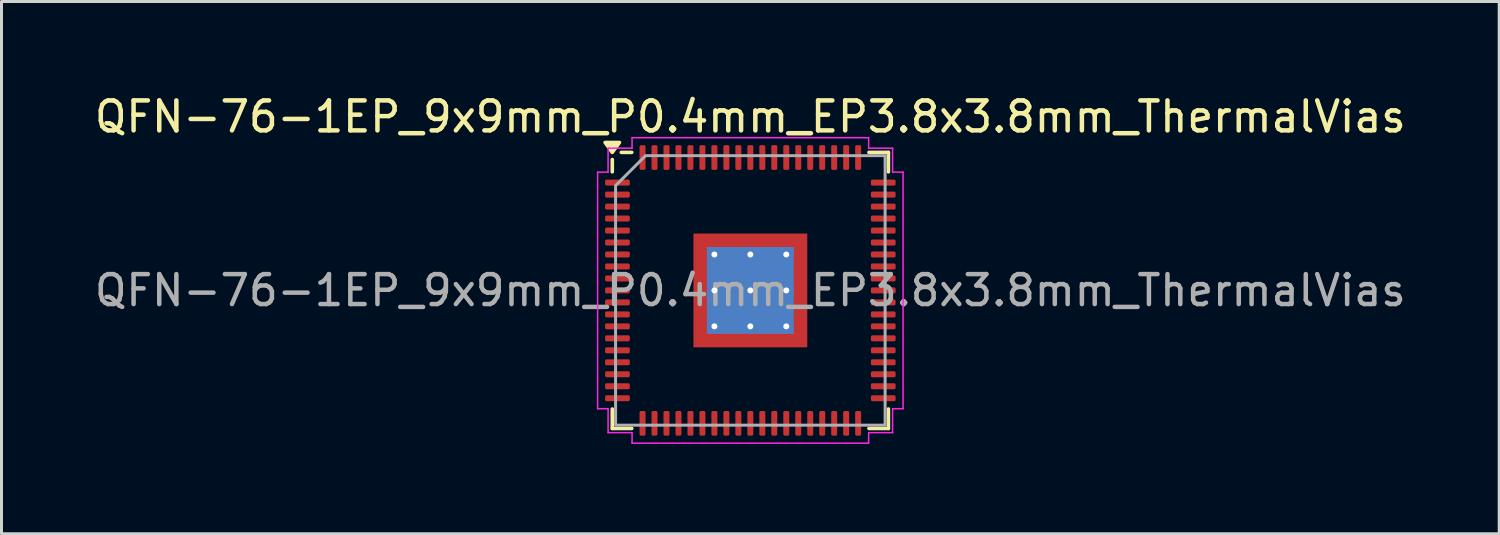
<source format=kicad_pcb>
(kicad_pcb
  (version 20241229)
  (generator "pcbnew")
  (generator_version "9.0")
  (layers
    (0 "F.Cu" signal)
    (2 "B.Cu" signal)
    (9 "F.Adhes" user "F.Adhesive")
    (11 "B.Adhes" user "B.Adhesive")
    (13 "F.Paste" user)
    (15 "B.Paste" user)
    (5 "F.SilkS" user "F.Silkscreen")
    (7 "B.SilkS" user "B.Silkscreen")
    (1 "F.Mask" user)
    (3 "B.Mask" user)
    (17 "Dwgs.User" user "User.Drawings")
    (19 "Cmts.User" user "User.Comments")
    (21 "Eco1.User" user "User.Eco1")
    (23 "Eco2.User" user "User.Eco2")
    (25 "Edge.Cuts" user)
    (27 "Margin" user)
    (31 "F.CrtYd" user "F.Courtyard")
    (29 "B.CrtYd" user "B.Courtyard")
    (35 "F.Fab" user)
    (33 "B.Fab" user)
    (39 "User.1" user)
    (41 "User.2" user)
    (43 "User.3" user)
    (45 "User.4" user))
  (footprint "QFN-76-1EP_9x9mm_P0.4mm_EP3.8x3.8mm_ThermalVias"
    (layer "F.Cu")
    (at 22.006 6.648)
    (property "Reference" "QFN-76-1EP_9x9mm_P0.4mm_EP3.8x3.8mm_ThermalVias" (at 0 -5.8 0) (layer "F.SilkS") (effects (font (size 1 1) (thickness 0.15))))
    (attr smd)
    (fp_line (start -4.61 -3.96) (end -4.61 -4.37) (stroke (width 0.12) (type solid)) (layer "F.SilkS"))
    (fp_line (start -4.61 4.61) (end -4.61 3.96) (stroke (width 0.12) (type solid)) (layer "F.SilkS"))
    (fp_line (start -3.96 -4.61) (end -4.31 -4.61) (stroke (width 0.12) (type solid)) (layer "F.SilkS"))
    (fp_line (start -3.96 4.61) (end -4.61 4.61) (stroke (width 0.12) (type solid)) (layer "F.SilkS"))
    (fp_line (start 3.96 -4.61) (end 4.61 -4.61) (stroke (width 0.12) (type solid)) (layer "F.SilkS"))
    (fp_line (start 3.96 4.61) (end 4.61 4.61) (stroke (width 0.12) (type solid)) (layer "F.SilkS"))
    (fp_line (start 4.61 -4.61) (end 4.61 -3.96) (stroke (width 0.12) (type solid)) (layer "F.SilkS"))
    (fp_line (start 4.61 4.61) (end 4.61 3.96) (stroke (width 0.12) (type solid)) (layer "F.SilkS"))
    (fp_poly (pts (xy -4.61 -4.61) (xy -4.85 -4.94) (xy -4.37 -4.94)) (stroke (width 0.12) (type solid)) (fill yes) (layer "F.SilkS"))
    (fp_line (start -5.1 -3.95) (end -4.75 -3.95) (stroke (width 0.05) (type solid)) (layer "F.CrtYd"))
    (fp_line (start -5.1 3.95) (end -5.1 -3.95) (stroke (width 0.05) (type solid)) (layer "F.CrtYd"))
    (fp_line (start -4.75 -4.75) (end -3.95 -4.75) (stroke (width 0.05) (type solid)) (layer "F.CrtYd"))
    (fp_line (start -4.75 -3.95) (end -4.75 -4.75) (stroke (width 0.05) (type solid)) (layer "F.CrtYd"))
    (fp_line (start -4.75 3.95) (end -5.1 3.95) (stroke (width 0.05) (type solid)) (layer "F.CrtYd"))
    (fp_line (start -4.75 4.75) (end -4.75 3.95) (stroke (width 0.05) (type solid)) (layer "F.CrtYd"))
    (fp_line (start -3.95 -5.1) (end 3.95 -5.1) (stroke (width 0.05) (type solid)) (layer "F.CrtYd"))
    (fp_line (start -3.95 -4.75) (end -3.95 -5.1) (stroke (width 0.05) (type solid)) (layer "F.CrtYd"))
    (fp_line (start -3.95 4.75) (end -4.75 4.75) (stroke (width 0.05) (type solid)) (layer "F.CrtYd"))
    (fp_line (start -3.95 5.1) (end -3.95 4.75) (stroke (width 0.05) (type solid)) (layer "F.CrtYd"))
    (fp_line (start 3.95 -5.1) (end 3.95 -4.75) (stroke (width 0.05) (type solid)) (layer "F.CrtYd"))
    (fp_line (start 3.95 -4.75) (end 4.75 -4.75) (stroke (width 0.05) (type solid)) (layer "F.CrtYd"))
    (fp_line (start 3.95 4.75) (end 3.95 5.1) (stroke (width 0.05) (type solid)) (layer "F.CrtYd"))
    (fp_line (start 3.95 5.1) (end -3.95 5.1) (stroke (width 0.05) (type solid)) (layer "F.CrtYd"))
    (fp_line (start 4.75 -4.75) (end 4.75 -3.95) (stroke (width 0.05) (type solid)) (layer "F.CrtYd"))
    (fp_line (start 4.75 -3.95) (end 5.1 -3.95) (stroke (width 0.05) (type solid)) (layer "F.CrtYd"))
    (fp_line (start 4.75 3.95) (end 4.75 4.75) (stroke (width 0.05) (type solid)) (layer "F.CrtYd"))
    (fp_line (start 4.75 4.75) (end 3.95 4.75) (stroke (width 0.05) (type solid)) (layer "F.CrtYd"))
    (fp_line (start 5.1 -3.95) (end 5.1 3.95) (stroke (width 0.05) (type solid)) (layer "F.CrtYd"))
    (fp_line (start 5.1 3.95) (end 4.75 3.95) (stroke (width 0.05) (type solid)) (layer "F.CrtYd"))
    (fp_poly (pts (xy -4.5 -3.5) (xy -4.5 4.5) (xy 4.5 4.5) (xy 4.5 -4.5) (xy -3.5 -4.5)) (stroke (width 0.1) (type solid)) (fill no) (layer "F.Fab"))
    (fp_text user "${REFERENCE}" (at 0 0 0) (layer "F.Fab") (effects (font (size 1 1) (thickness 0.15))))
    (pad "" smd roundrect (at -1.27 -1.27) (size 1.02 1.02) (layers "F.Paste") (roundrect_rratio 0.245))
    (pad "" smd roundrect (at -1.27 0) (size 1.02 1.02) (layers "F.Paste") (roundrect_rratio 0.245))
    (pad "" smd roundrect (at -1.27 1.27) (size 1.02 1.02) (layers "F.Paste") (roundrect_rratio 0.245))
    (pad "" smd roundrect (at 0 -1.27) (size 1.02 1.02) (layers "F.Paste") (roundrect_rratio 0.245))
    (pad "" smd roundrect (at 0 0) (size 1.02 1.02) (layers "F.Paste") (roundrect_rratio 0.245))
    (pad "" smd roundrect (at 0 1.27) (size 1.02 1.02) (layers "F.Paste") (roundrect_rratio 0.245))
    (pad "" smd roundrect (at 1.27 -1.27) (size 1.02 1.02) (layers "F.Paste") (roundrect_rratio 0.245))
    (pad "" smd roundrect (at 1.27 0) (size 1.02 1.02) (layers "F.Paste") (roundrect_rratio 0.245))
    (pad "" smd roundrect (at 1.27 1.27) (size 1.02 1.02) (layers "F.Paste") (roundrect_rratio 0.245))
    (pad "1" smd roundrect (at -4.438 -3.6) (size 0.825 0.2) (layers "F.Cu" "F.Mask" "F.Paste") (roundrect_rratio 0.25))
    (pad "2" smd roundrect (at -4.438 -3.2) (size 0.825 0.2) (layers "F.Cu" "F.Mask" "F.Paste") (roundrect_rratio 0.25))
    (pad "3" smd roundrect (at -4.438 -2.8) (size 0.825 0.2) (layers "F.Cu" "F.Mask" "F.Paste") (roundrect_rratio 0.25))
    (pad "4" smd roundrect (at -4.438 -2.4) (size 0.825 0.2) (layers "F.Cu" "F.Mask" "F.Paste") (roundrect_rratio 0.25))
    (pad "5" smd roundrect (at -4.438 -2) (size 0.825 0.2) (layers "F.Cu" "F.Mask" "F.Paste") (roundrect_rratio 0.25))
    (pad "6" smd roundrect (at -4.438 -1.6) (size 0.825 0.2) (layers "F.Cu" "F.Mask" "F.Paste") (roundrect_rratio 0.25))
    (pad "7" smd roundrect (at -4.438 -1.2) (size 0.825 0.2) (layers "F.Cu" "F.Mask" "F.Paste") (roundrect_rratio 0.25))
    (pad "8" smd roundrect (at -4.438 -0.8) (size 0.825 0.2) (layers "F.Cu" "F.Mask" "F.Paste") (roundrect_rratio 0.25))
    (pad "9" smd roundrect (at -4.438 -0.4) (size 0.825 0.2) (layers "F.Cu" "F.Mask" "F.Paste") (roundrect_rratio 0.25))
    (pad "10" smd roundrect (at -4.438 0) (size 0.825 0.2) (layers "F.Cu" "F.Mask" "F.Paste") (roundrect_rratio 0.25))
    (pad "11" smd roundrect (at -4.438 0.4) (size 0.825 0.2) (layers "F.Cu" "F.Mask" "F.Paste") (roundrect_rratio 0.25))
    (pad "12" smd roundrect (at -4.438 0.8) (size 0.825 0.2) (layers "F.Cu" "F.Mask" "F.Paste") (roundrect_rratio 0.25))
    (pad "13" smd roundrect (at -4.438 1.2) (size 0.825 0.2) (layers "F.Cu" "F.Mask" "F.Paste") (roundrect_rratio 0.25))
    (pad "14" smd roundrect (at -4.438 1.6) (size 0.825 0.2) (layers "F.Cu" "F.Mask" "F.Paste") (roundrect_rratio 0.25))
    (pad "15" smd roundrect (at -4.438 2) (size 0.825 0.2) (layers "F.Cu" "F.Mask" "F.Paste") (roundrect_rratio 0.25))
    (pad "16" smd roundrect (at -4.438 2.4) (size 0.825 0.2) (layers "F.Cu" "F.Mask" "F.Paste") (roundrect_rratio 0.25))
    (pad "17" smd roundrect (at -4.438 2.8) (size 0.825 0.2) (layers "F.Cu" "F.Mask" "F.Paste") (roundrect_rratio 0.25))
    (pad "18" smd roundrect (at -4.438 3.2) (size 0.825 0.2) (layers "F.Cu" "F.Mask" "F.Paste") (roundrect_rratio 0.25))
    (pad "19" smd roundrect (at -4.438 3.6) (size 0.825 0.2) (layers "F.Cu" "F.Mask" "F.Paste") (roundrect_rratio 0.25))
    (pad "20" smd roundrect (at -3.6 4.438) (size 0.2 0.825) (layers "F.Cu" "F.Mask" "F.Paste") (roundrect_rratio 0.25))
    (pad "21" smd roundrect (at -3.2 4.438) (size 0.2 0.825) (layers "F.Cu" "F.Mask" "F.Paste") (roundrect_rratio 0.25))
    (pad "22" smd roundrect (at -2.8 4.438) (size 0.2 0.825) (layers "F.Cu" "F.Mask" "F.Paste") (roundrect_rratio 0.25))
    (pad "23" smd roundrect (at -2.4 4.438) (size 0.2 0.825) (layers "F.Cu" "F.Mask" "F.Paste") (roundrect_rratio 0.25))
    (pad "24" smd roundrect (at -2 4.438) (size 0.2 0.825) (layers "F.Cu" "F.Mask" "F.Paste") (roundrect_rratio 0.25))
    (pad "25" smd roundrect (at -1.6 4.438) (size 0.2 0.825) (layers "F.Cu" "F.Mask" "F.Paste") (roundrect_rratio 0.25))
    (pad "26" smd roundrect (at -1.2 4.438) (size 0.2 0.825) (layers "F.Cu" "F.Mask" "F.Paste") (roundrect_rratio 0.25))
    (pad "27" smd roundrect (at -0.8 4.438) (size 0.2 0.825) (layers "F.Cu" "F.Mask" "F.Paste") (roundrect_rratio 0.25))
    (pad "28" smd roundrect (at -0.4 4.438) (size 0.2 0.825) (layers "F.Cu" "F.Mask" "F.Paste") (roundrect_rratio 0.25))
    (pad "29" smd roundrect (at 0 4.438) (size 0.2 0.825) (layers "F.Cu" "F.Mask" "F.Paste") (roundrect_rratio 0.25))
    (pad "30" smd roundrect (at 0.4 4.438) (size 0.2 0.825) (layers "F.Cu" "F.Mask" "F.Paste") (roundrect_rratio 0.25))
    (pad "31" smd roundrect (at 0.8 4.438) (size 0.2 0.825) (layers "F.Cu" "F.Mask" "F.Paste") (roundrect_rratio 0.25))
    (pad "32" smd roundrect (at 1.2 4.438) (size 0.2 0.825) (layers "F.Cu" "F.Mask" "F.Paste") (roundrect_rratio 0.25))
    (pad "33" smd roundrect (at 1.6 4.438) (size 0.2 0.825) (layers "F.Cu" "F.Mask" "F.Paste") (roundrect_rratio 0.25))
    (pad "34" smd roundrect (at 2 4.438) (size 0.2 0.825) (layers "F.Cu" "F.Mask" "F.Paste") (roundrect_rratio 0.25))
    (pad "35" smd roundrect (at 2.4 4.438) (size 0.2 0.825) (layers "F.Cu" "F.Mask" "F.Paste") (roundrect_rratio 0.25))
    (pad "36" smd roundrect (at 2.8 4.438) (size 0.2 0.825) (layers "F.Cu" "F.Mask" "F.Paste") (roundrect_rratio 0.25))
    (pad "37" smd roundrect (at 3.2 4.438) (size 0.2 0.825) (layers "F.Cu" "F.Mask" "F.Paste") (roundrect_rratio 0.25))
    (pad "38" smd roundrect (at 3.6 4.438) (size 0.2 0.825) (layers "F.Cu" "F.Mask" "F.Paste") (roundrect_rratio 0.25))
    (pad "39" smd roundrect (at 4.438 3.6) (size 0.825 0.2) (layers "F.Cu" "F.Mask" "F.Paste") (roundrect_rratio 0.25))
    (pad "40" smd roundrect (at 4.438 3.2) (size 0.825 0.2) (layers "F.Cu" "F.Mask" "F.Paste") (roundrect_rratio 0.25))
    (pad "41" smd roundrect (at 4.438 2.8) (size 0.825 0.2) (layers "F.Cu" "F.Mask" "F.Paste") (roundrect_rratio 0.25))
    (pad "42" smd roundrect (at 4.438 2.4) (size 0.825 0.2) (layers "F.Cu" "F.Mask" "F.Paste") (roundrect_rratio 0.25))
    (pad "43" smd roundrect (at 4.438 2) (size 0.825 0.2) (layers "F.Cu" "F.Mask" "F.Paste") (roundrect_rratio 0.25))
    (pad "44" smd roundrect (at 4.438 1.6) (size 0.825 0.2) (layers "F.Cu" "F.Mask" "F.Paste") (roundrect_rratio 0.25))
    (pad "45" smd roundrect (at 4.438 1.2) (size 0.825 0.2) (layers "F.Cu" "F.Mask" "F.Paste") (roundrect_rratio 0.25))
    (pad "46" smd roundrect (at 4.438 0.8) (size 0.825 0.2) (layers "F.Cu" "F.Mask" "F.Paste") (roundrect_rratio 0.25))
    (pad "47" smd roundrect (at 4.438 0.4) (size 0.825 0.2) (layers "F.Cu" "F.Mask" "F.Paste") (roundrect_rratio 0.25))
    (pad "48" smd roundrect (at 4.438 0) (size 0.825 0.2) (layers "F.Cu" "F.Mask" "F.Paste") (roundrect_rratio 0.25))
    (pad "49" smd roundrect (at 4.438 -0.4) (size 0.825 0.2) (layers "F.Cu" "F.Mask" "F.Paste") (roundrect_rratio 0.25))
    (pad "50" smd roundrect (at 4.438 -0.8) (size 0.825 0.2) (layers "F.Cu" "F.Mask" "F.Paste") (roundrect_rratio 0.25))
    (pad "51" smd roundrect (at 4.438 -1.2) (size 0.825 0.2) (layers "F.Cu" "F.Mask" "F.Paste") (roundrect_rratio 0.25))
    (pad "52" smd roundrect (at 4.438 -1.6) (size 0.825 0.2) (layers "F.Cu" "F.Mask" "F.Paste") (roundrect_rratio 0.25))
    (pad "53" smd roundrect (at 4.438 -2) (size 0.825 0.2) (layers "F.Cu" "F.Mask" "F.Paste") (roundrect_rratio 0.25))
    (pad "54" smd roundrect (at 4.438 -2.4) (size 0.825 0.2) (layers "F.Cu" "F.Mask" "F.Paste") (roundrect_rratio 0.25))
    (pad "55" smd roundrect (at 4.438 -2.8) (size 0.825 0.2) (layers "F.Cu" "F.Mask" "F.Paste") (roundrect_rratio 0.25))
    (pad "56" smd roundrect (at 4.438 -3.2) (size 0.825 0.2) (layers "F.Cu" "F.Mask" "F.Paste") (roundrect_rratio 0.25))
    (pad "57" smd roundrect (at 4.438 -3.6) (size 0.825 0.2) (layers "F.Cu" "F.Mask" "F.Paste") (roundrect_rratio 0.25))
    (pad "58" smd roundrect (at 3.6 -4.438) (size 0.2 0.825) (layers "F.Cu" "F.Mask" "F.Paste") (roundrect_rratio 0.25))
    (pad "59" smd roundrect (at 3.2 -4.438) (size 0.2 0.825) (layers "F.Cu" "F.Mask" "F.Paste") (roundrect_rratio 0.25))
    (pad "60" smd roundrect (at 2.8 -4.438) (size 0.2 0.825) (layers "F.Cu" "F.Mask" "F.Paste") (roundrect_rratio 0.25))
    (pad "61" smd roundrect (at 2.4 -4.438) (size 0.2 0.825) (layers "F.Cu" "F.Mask" "F.Paste") (roundrect_rratio 0.25))
    (pad "62" smd roundrect (at 2 -4.438) (size 0.2 0.825) (layers "F.Cu" "F.Mask" "F.Paste") (roundrect_rratio 0.25))
    (pad "63" smd roundrect (at 1.6 -4.438) (size 0.2 0.825) (layers "F.Cu" "F.Mask" "F.Paste") (roundrect_rratio 0.25))
    (pad "64" smd roundrect (at 1.2 -4.438) (size 0.2 0.825) (layers "F.Cu" "F.Mask" "F.Paste") (roundrect_rratio 0.25))
    (pad "65" smd roundrect (at 0.8 -4.438) (size 0.2 0.825) (layers "F.Cu" "F.Mask" "F.Paste") (roundrect_rratio 0.25))
    (pad "66" smd roundrect (at 0.4 -4.438) (size 0.2 0.825) (layers "F.Cu" "F.Mask" "F.Paste") (roundrect_rratio 0.25))
    (pad "67" smd roundrect (at 0 -4.438) (size 0.2 0.825) (layers "F.Cu" "F.Mask" "F.Paste") (roundrect_rratio 0.25))
    (pad "68" smd roundrect (at -0.4 -4.438) (size 0.2 0.825) (layers "F.Cu" "F.Mask" "F.Paste") (roundrect_rratio 0.25))
    (pad "69" smd roundrect (at -0.8 -4.438) (size 0.2 0.825) (layers "F.Cu" "F.Mask" "F.Paste") (roundrect_rratio 0.25))
    (pad "70" smd roundrect (at -1.2 -4.438) (size 0.2 0.825) (layers "F.Cu" "F.Mask" "F.Paste") (roundrect_rratio 0.25))
    (pad "71" smd roundrect (at -1.6 -4.438) (size 0.2 0.825) (layers "F.Cu" "F.Mask" "F.Paste") (roundrect_rratio 0.25))
    (pad "72" smd roundrect (at -2 -4.438) (size 0.2 0.825) (layers "F.Cu" "F.Mask" "F.Paste") (roundrect_rratio 0.25))
    (pad "73" smd roundrect (at -2.4 -4.438) (size 0.2 0.825) (layers "F.Cu" "F.Mask" "F.Paste") (roundrect_rratio 0.25))
    (pad "74" smd roundrect (at -2.8 -4.438) (size 0.2 0.825) (layers "F.Cu" "F.Mask" "F.Paste") (roundrect_rratio 0.25))
    (pad "75" smd roundrect (at -3.2 -4.438) (size 0.2 0.825) (layers "F.Cu" "F.Mask" "F.Paste") (roundrect_rratio 0.25))
    (pad "76" smd roundrect (at -3.6 -4.438) (size 0.2 0.825) (layers "F.Cu" "F.Mask" "F.Paste") (roundrect_rratio 0.25))
    (pad "77" thru_hole circle (at -1.2 -1.2) (size 0.5 0.5) (drill 0.2) (property pad_prop_heatsink) (layers "*.Cu"))
    (pad "77" thru_hole circle (at -1.2 0) (size 0.5 0.5) (drill 0.2) (property pad_prop_heatsink) (layers "*.Cu"))
    (pad "77" thru_hole circle (at -1.2 1.2) (size 0.5 0.5) (drill 0.2) (property pad_prop_heatsink) (layers "*.Cu"))
    (pad "77" thru_hole circle (at 0 -1.2) (size 0.5 0.5) (drill 0.2) (property pad_prop_heatsink) (layers "*.Cu"))
    (pad "77" thru_hole circle (at 0 0) (size 0.5 0.5) (drill 0.2) (property pad_prop_heatsink) (layers "*.Cu"))
    (pad "77" smd rect (at 0 0) (size 2.9 2.9) (property pad_prop_heatsink) (layers "B.Cu"))
    (pad "77" smd rect (at 0 0) (size 3.8 3.8) (property pad_prop_heatsink) (layers "F.Cu" "F.Mask"))
    (pad "77" thru_hole circle (at 0 1.2) (size 0.5 0.5) (drill 0.2) (property pad_prop_heatsink) (layers "*.Cu"))
    (pad "77" thru_hole circle (at 1.2 -1.2) (size 0.5 0.5) (drill 0.2) (property pad_prop_heatsink) (layers "*.Cu"))
    (pad "77" thru_hole circle (at 1.2 0) (size 0.5 0.5) (drill 0.2) (property pad_prop_heatsink) (layers "*.Cu"))
    (pad "77" thru_hole circle (at 1.2 1.2) (size 0.5 0.5) (drill 0.2) (property pad_prop_heatsink) (layers "*.Cu")))
  (gr_rect
    (start -3 -3)
    (end 47.012 14.773)
    (stroke (width 0.1) (type default))
    (fill no)
    (layer "Edge.Cuts")))
</source>
